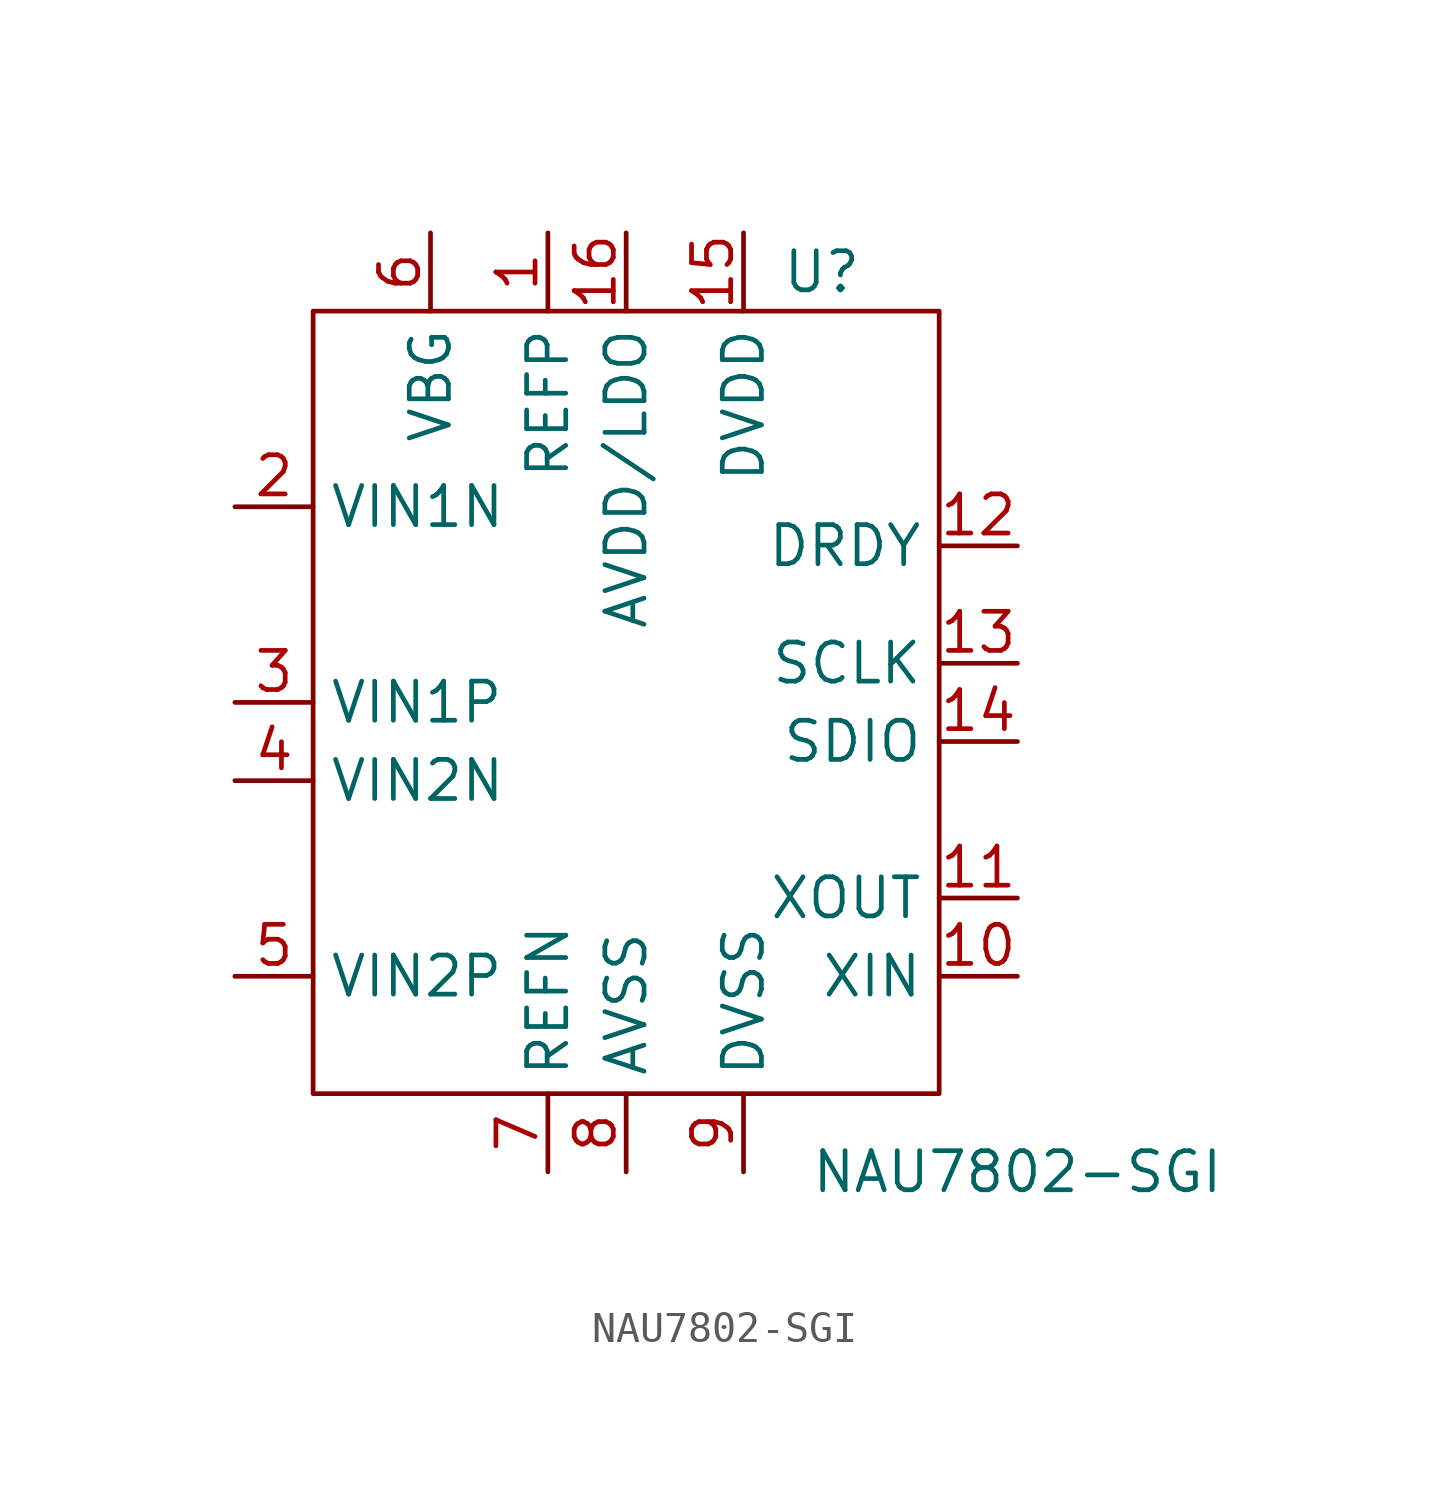
<source format=kicad_sym>
(kicad_symbol_lib
  (version 20211014)
  (generator kicad_symbol_editor)
  (symbol "NAU7802-SGI"
    (property "Reference" "U"
      (at 6.35 13.97 0)
      (effects (font (size 1.27 1.27))))
    (property "Value" "NAU7802-SGI"
      (at 12.7 -15.24 0)
      (effects (font (size 1.27 1.27))))
    (symbol "NAU7802-SGI_0_1"
      (rectangle (start -10.16 12.7) (end 10.16 -12.7) (stroke (width 0) (type default) (color 0 0 0 0)) (fill (type none))))
    (symbol "NAU7802-SGI_1_1"
      (pin input line (at -2.54 15.24 270) (length 2.54) (name "REFP" (effects (font (size 1.27 1.27)))) (number "1" (effects (font (size 1.27 1.27)))))
      (pin input line (at 12.7 -8.89 180) (length 2.54) (name "XIN" (effects (font (size 1.27 1.27)))) (number "10" (effects (font (size 1.27 1.27)))))
      (pin output line (at 12.7 -6.35 180) (length 2.54) (name "XOUT" (effects (font (size 1.27 1.27)))) (number "11" (effects (font (size 1.27 1.27)))))
      (pin output line (at 12.7 5.08 180) (length 2.54) (name "DRDY" (effects (font (size 1.27 1.27)))) (number "12" (effects (font (size 1.27 1.27)))))
      (pin input line (at 12.7 1.27 180) (length 2.54) (name "SCLK" (effects (font (size 1.27 1.27)))) (number "13" (effects (font (size 1.27 1.27)))))
      (pin bidirectional line (at 12.7 -1.27 180) (length 2.54) (name "SDIO" (effects (font (size 1.27 1.27)))) (number "14" (effects (font (size 1.27 1.27)))))
      (pin power_in line (at 3.81 15.24 270) (length 2.54) (name "DVDD" (effects (font (size 1.27 1.27)))) (number "15" (effects (font (size 1.27 1.27)))))
      (pin bidirectional line (at 0 15.24 270) (length 2.54) (name "AVDD/LDO" (effects (font (size 1.27 1.27)))) (number "16" (effects (font (size 1.27 1.27)))))
      (pin input line (at -12.7 6.35 0) (length 2.54) (name "VIN1N" (effects (font (size 1.27 1.27)))) (number "2" (effects (font (size 1.27 1.27)))))
      (pin input line (at -12.7 0 0) (length 2.54) (name "VIN1P" (effects (font (size 1.27 1.27)))) (number "3" (effects (font (size 1.27 1.27)))))
      (pin input line (at -12.7 -2.54 0) (length 2.54) (name "VIN2N" (effects (font (size 1.27 1.27)))) (number "4" (effects (font (size 1.27 1.27)))))
      (pin input line (at -12.7 -8.89 0) (length 2.54) (name "VIN2P" (effects (font (size 1.27 1.27)))) (number "5" (effects (font (size 1.27 1.27)))))
      (pin bidirectional line (at -6.35 15.24 270) (length 2.54) (name "VBG" (effects (font (size 1.27 1.27)))) (number "6" (effects (font (size 1.27 1.27)))))
      (pin input line (at -2.54 -15.24 90) (length 2.54) (name "REFN" (effects (font (size 1.27 1.27)))) (number "7" (effects (font (size 1.27 1.27)))))
      (pin power_in line (at 0 -15.24 90) (length 2.54) (name "AVSS" (effects (font (size 1.27 1.27)))) (number "8" (effects (font (size 1.27 1.27)))))
      (pin power_in line (at 3.81 -15.24 90) (length 2.54) (name "DVSS" (effects (font (size 1.27 1.27)))) (number "9" (effects (font (size 1.27 1.27))))))))
</source>
